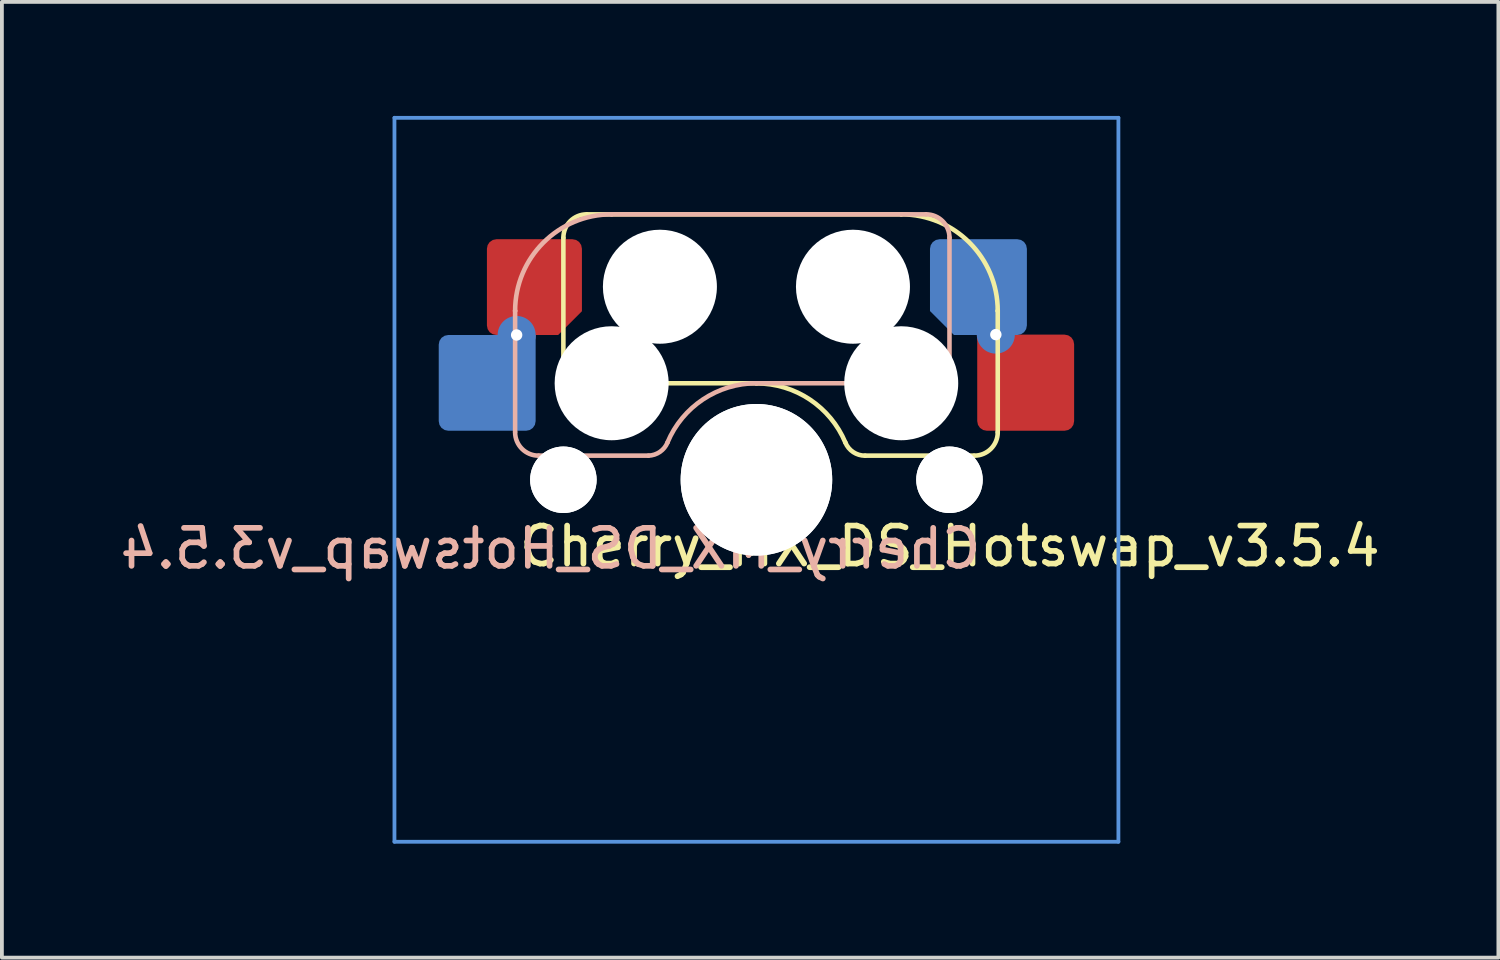
<source format=kicad_pcb>
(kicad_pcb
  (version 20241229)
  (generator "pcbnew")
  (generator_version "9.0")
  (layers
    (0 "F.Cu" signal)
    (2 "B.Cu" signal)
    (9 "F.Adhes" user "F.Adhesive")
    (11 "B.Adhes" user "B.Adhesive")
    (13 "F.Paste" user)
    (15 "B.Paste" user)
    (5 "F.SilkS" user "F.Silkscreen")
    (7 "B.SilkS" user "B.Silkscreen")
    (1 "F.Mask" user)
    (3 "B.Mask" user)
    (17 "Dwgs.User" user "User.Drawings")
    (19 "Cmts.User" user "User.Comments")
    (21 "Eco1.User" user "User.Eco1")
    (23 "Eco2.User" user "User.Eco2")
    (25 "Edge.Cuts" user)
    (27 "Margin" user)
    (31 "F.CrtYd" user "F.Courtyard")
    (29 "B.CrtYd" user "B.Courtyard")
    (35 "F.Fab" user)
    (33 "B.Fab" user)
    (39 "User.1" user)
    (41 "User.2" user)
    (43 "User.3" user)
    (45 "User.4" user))
  (footprint "Cherry_MX_DS_Hotswap_v3.5.4"
    (layer "F.Cu")
    (at 16.855 9.575)
    (property "Reference" "Cherry_MX_DS_Hotswap_v3.5.4" (at -5.42 1.81 0) (layer "B.SilkS") (effects (font (size 1 1) (thickness 0.15)) (justify mirror)))
    (attr through_hole)
    (fp_line (start -5.08 -6.36) (end -5.08 -2.54) (stroke (width 0.12) (type solid)) (layer "F.SilkS"))
    (fp_line (start -5.08 -2.54) (end -5.08 -2.54) (stroke (width 0.12) (type solid)) (layer "F.SilkS"))
    (fp_line (start -5.08 -2.54) (end -5.08 -2.54) (stroke (width 0.12) (type solid)) (layer "F.SilkS"))
    (fp_line (start -4.46 -6.985) (end 3.81 -6.985) (stroke (width 0.12) (type solid)) (layer "F.SilkS"))
    (fp_line (start 0 -2.54) (end -5.08 -2.54) (stroke (width 0.12) (type solid)) (layer "F.SilkS"))
    (fp_line (start 0 -2.54) (end 0 -2.54) (stroke (width 0.12) (type solid)) (layer "F.SilkS"))
    (fp_line (start 2.86 -0.635) (end 5.72 -0.635) (stroke (width 0.12) (type solid)) (layer "F.SilkS"))
    (fp_line (start 3.81 -6.985) (end 3.81 -6.985) (stroke (width 0.12) (type solid)) (layer "F.SilkS"))
    (fp_line (start 6.35 -4.445) (end 6.35 -4.445) (stroke (width 0.12) (type solid)) (layer "F.SilkS"))
    (fp_line (start 6.35 -1.25) (end 6.35 -4.445) (stroke (width 0.12) (type solid)) (layer "F.SilkS"))
    (fp_arc (start -5.08 -6.37) (mid -4.899871 -6.804871) (end -4.465 -6.985) (stroke (width 0.12) (type default)) (layer "F.SilkS"))
    (fp_arc (start 0 -2.536928) (mid 1.405313 -2.11213) (end 2.34 -0.98) (stroke (width 0.12) (type solid)) (layer "F.SilkS"))
    (fp_arc (start 2.859999 -0.633863) (mid 2.547381 -0.727883) (end 2.34 -0.98) (stroke (width 0.12) (type default)) (layer "F.SilkS"))
    (fp_arc (start 3.81 -6.985) (mid 5.606051 -6.241051) (end 6.35 -4.445) (stroke (width 0.12) (type solid)) (layer "F.SilkS"))
    (fp_arc (start 6.350129 -1.25) (mid 6.169985 -0.815144) (end 5.735129 -0.635) (stroke (width 0.12) (type default)) (layer "F.SilkS"))
    (fp_line (start -6.35 -4.445) (end -6.35 -4.445) (stroke (width 0.12) (type solid)) (layer "B.SilkS"))
    (fp_line (start -6.35 -4.445) (end -6.35 -1.26) (stroke (width 0.12) (type solid)) (layer "B.SilkS"))
    (fp_line (start -5.73 -0.635) (end -2.84 -0.635) (stroke (width 0.12) (type solid)) (layer "B.SilkS"))
    (fp_line (start -3.81 -6.985) (end -3.81 -6.985) (stroke (width 0.12) (type solid)) (layer "B.SilkS"))
    (fp_line (start -3.81 -6.985) (end 4.46 -6.985) (stroke (width 0.12) (type solid)) (layer "B.SilkS"))
    (fp_line (start 0 -2.54) (end 0 -2.54) (stroke (width 0.12) (type solid)) (layer "B.SilkS"))
    (fp_line (start 0 -2.54) (end 5.08 -2.54) (stroke (width 0.12) (type solid)) (layer "B.SilkS"))
    (fp_line (start 5.08 -6.37) (end 5.08 -2.54) (stroke (width 0.12) (type solid)) (layer "B.SilkS"))
    (fp_line (start 5.08 -2.54) (end 5.08 -2.54) (stroke (width 0.12) (type solid)) (layer "B.SilkS"))
    (fp_line (start 5.08 -2.54) (end 5.08 -2.54) (stroke (width 0.12) (type solid)) (layer "B.SilkS"))
    (fp_arc (start -6.35 -4.445) (mid -5.606051 -6.241051) (end -3.81 -6.985) (stroke (width 0.12) (type solid)) (layer "B.SilkS"))
    (fp_arc (start -5.735 -0.635) (mid -6.169871 -0.815129) (end -6.35 -1.25) (stroke (width 0.12) (type default)) (layer "B.SilkS"))
    (fp_arc (start -2.34 -0.983072) (mid -1.405313 -2.115202) (end 0 -2.54) (stroke (width 0.12) (type solid)) (layer "B.SilkS"))
    (fp_arc (start -2.34 -0.980845) (mid -2.539137 -0.734326) (end -2.840072 -0.635) (stroke (width 0.12) (type default)) (layer "B.SilkS"))
    (fp_arc (start 4.465129 -6.985) (mid 4.899999 -6.80487) (end 5.080129 -6.37) (stroke (width 0.12) (type default)) (layer "B.SilkS"))
    (fp_line (start -9.525 -9.525) (end -9.525 9.525) (stroke (width 0.1) (type solid)) (layer "Cmts.User"))
    (fp_line (start 9.525 -9.525) (end -9.525 -9.525) (stroke (width 0.1) (type solid)) (layer "Cmts.User"))
    (fp_line (start 9.525 -9.525) (end 9.525 9.525) (stroke (width 0.1) (type solid)) (layer "Cmts.User"))
    (fp_line (start 9.525 9.525) (end -9.525 9.525) (stroke (width 0.1) (type solid)) (layer "Cmts.User"))
    (fp_rect (start -2.15 -7.5) (end 2.15 -6.5) (stroke (width 0.1) (type default)) (fill no) (layer "User.3"))
    (fp_rect (start -2.15 6.5) (end 2.15 7.5) (stroke (width 0.1) (type default)) (fill no) (layer "User.3"))
    (fp_rect (start 7 -7) (end -7 7) (stroke (width 0.1) (type default)) (fill no) (layer "User.3"))
    (fp_rect (start 7 -7) (end -7 7) (stroke (width 0.12) (type default)) (fill no) (layer "User.4"))
    (fp_text user "${REFERENCE}" (at 5.09 1.75 0) (layer "F.SilkS") (effects (font (size 1 1) (thickness 0.15))))
    (pad "" np_thru_hole circle (at -5.08 0) (size 1.75 1.75) (drill 1.75) (layers "*.Cu" "*.Mask"))
    (pad "" np_thru_hole circle (at -5.08 0) (size 1.75 1.75) (drill 1.75) (layers "*.Cu" "*.Mask"))
    (pad "" np_thru_hole circle (at -3.81 -2.54) (size 3 3) (drill 3) (layers "*.Cu" "*.Mask"))
    (pad "" np_thru_hole circle (at -2.54 -5.08) (size 3 3) (drill 3) (layers "*.Cu" "*.Mask"))
    (pad "" np_thru_hole circle (at 0 0) (size 3.988 3.988) (drill 3.988) (layers "*.Cu" "*.Mask"))
    (pad "" np_thru_hole circle (at 0 0) (size 3.988 3.988) (drill 3.988) (layers "*.Cu" "*.Mask"))
    (pad "" np_thru_hole circle (at 2.54 -5.08) (size 3 3) (drill 3) (layers "*.Cu" "*.Mask"))
    (pad "" np_thru_hole circle (at 3.81 -2.54) (size 3 3) (drill 3) (layers "*.Cu" "*.Mask"))
    (pad "" np_thru_hole circle (at 5.08 0) (size 1.75 1.75) (drill 1.75) (layers "*.Cu" "*.Mask"))
    (pad "" np_thru_hole circle (at 5.08 0) (size 1.75 1.75) (drill 1.75) (layers "*.Cu" "*.Mask"))
    (pad "1" smd roundrect (at -7.085 -2.55) (size 2.55 2.52) (layers "B.Cu" "B.Mask" "B.Paste") (roundrect_rratio 0.1) (chamfer_ratio 0) (chamfer top_right))
    (pad "1" thru_hole circle (at -6.31 -3.81) (size 1 1) (drill 0.3) (layers "*.Cu"))
    (pad "1" smd roundrect (at -5.842 -5.07) (size 2.5 2.52) (layers "F.Cu" "F.Mask" "F.Paste") (roundrect_rratio 0.1) (chamfer_ratio 0.25) (chamfer bottom_right))
    (pad "2" smd roundrect (at 5.842 -5.07) (size 2.55 2.52) (layers "B.Cu" "B.Mask" "B.Paste") (roundrect_rratio 0.1) (chamfer_ratio 0.25) (chamfer bottom_left))
    (pad "2" thru_hole circle (at 6.3 -3.82) (size 1 1) (drill 0.3) (layers "*.Cu"))
    (pad "2" smd roundrect (at 7.085 -2.555) (size 2.55 2.53) (layers "F.Cu" "F.Mask" "F.Paste") (roundrect_rratio 0.1) (chamfer_ratio 0) (chamfer top_left)))
  (gr_rect
    (start -3 -3)
    (end 36.379 22.15)
    (stroke (width 0.1) (type default))
    (fill no)
    (layer "Edge.Cuts")))
</source>
